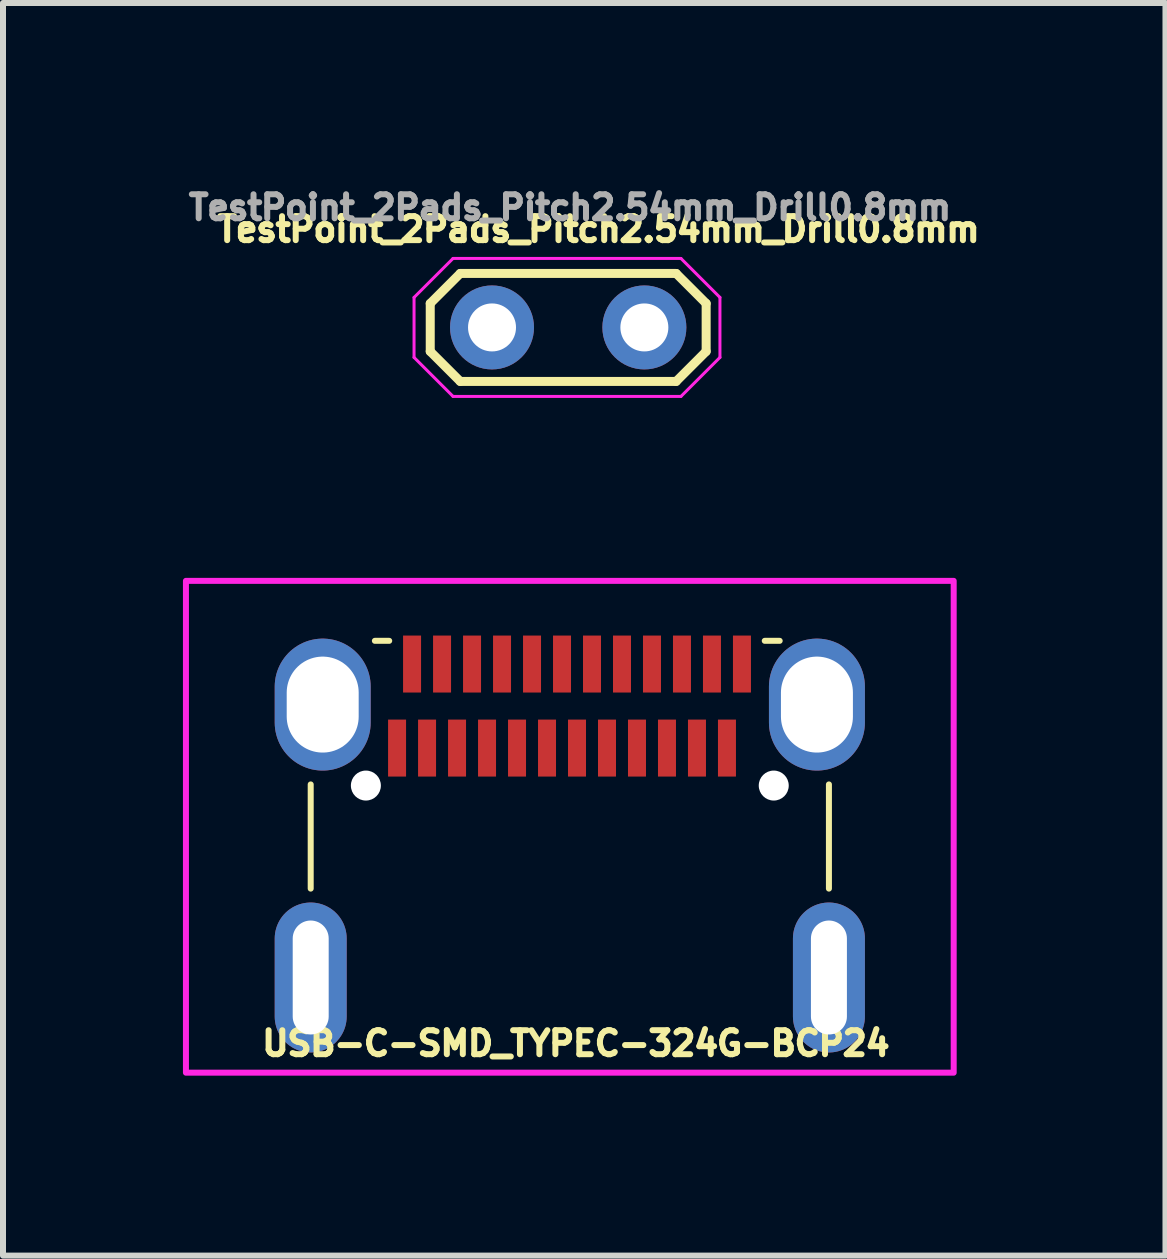
<source format=kicad_pcb>
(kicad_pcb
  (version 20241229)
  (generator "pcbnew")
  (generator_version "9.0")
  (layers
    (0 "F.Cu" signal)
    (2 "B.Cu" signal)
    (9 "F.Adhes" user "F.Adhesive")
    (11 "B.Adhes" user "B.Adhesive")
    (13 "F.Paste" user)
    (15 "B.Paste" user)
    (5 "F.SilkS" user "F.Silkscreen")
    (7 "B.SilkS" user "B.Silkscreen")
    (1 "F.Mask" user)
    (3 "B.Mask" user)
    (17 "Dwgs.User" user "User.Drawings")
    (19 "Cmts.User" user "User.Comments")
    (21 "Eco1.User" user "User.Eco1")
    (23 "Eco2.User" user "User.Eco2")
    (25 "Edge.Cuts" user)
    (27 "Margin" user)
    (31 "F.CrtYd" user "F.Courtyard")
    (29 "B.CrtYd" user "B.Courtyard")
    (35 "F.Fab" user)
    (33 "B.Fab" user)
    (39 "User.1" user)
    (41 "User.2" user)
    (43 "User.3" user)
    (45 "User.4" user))
  (footprint "TestPoint_2Pads_Pitch2.54mm_Drill0.8mm"
    (layer "F.Cu")
    (at 5.153 2.409)
    (property "Reference" "TestPoint_2Pads_Pitch2.54mm_Drill0.8mm" (at 1.775 -1.635 180) (layer "F.SilkS") (effects (font (size 0.4 0.4) (thickness 0.15))))
    (attr exclude_from_pos_files)
    (fp_line (start -1.03 -0.4) (end -0.53 -0.9) (stroke (width 0.15) (type solid)) (layer "F.SilkS"))
    (fp_line (start -1.03 0.4) (end -1.03 -0.4) (stroke (width 0.15) (type solid)) (layer "F.SilkS"))
    (fp_line (start -0.53 -0.9) (end 3.07 -0.9) (stroke (width 0.15) (type solid)) (layer "F.SilkS"))
    (fp_line (start -0.53 0.9) (end -1.03 0.4) (stroke (width 0.15) (type solid)) (layer "F.SilkS"))
    (fp_line (start 3.07 -0.9) (end 3.57 -0.4) (stroke (width 0.15) (type solid)) (layer "F.SilkS"))
    (fp_line (start 3.07 0.9) (end -0.53 0.9) (stroke (width 0.15) (type solid)) (layer "F.SilkS"))
    (fp_line (start 3.57 -0.4) (end 3.57 0.4) (stroke (width 0.15) (type solid)) (layer "F.SilkS"))
    (fp_line (start 3.57 0.4) (end 3.07 0.9) (stroke (width 0.15) (type solid)) (layer "F.SilkS"))
    (fp_line (start -1.3 -0.5) (end -1.3 0.5) (stroke (width 0.05) (type solid)) (layer "F.CrtYd"))
    (fp_line (start -1.3 0.5) (end -0.65 1.15) (stroke (width 0.05) (type solid)) (layer "F.CrtYd"))
    (fp_line (start -0.65 -1.15) (end -1.3 -0.5) (stroke (width 0.05) (type solid)) (layer "F.CrtYd"))
    (fp_line (start -0.65 1.15) (end 3.15 1.15) (stroke (width 0.05) (type solid)) (layer "F.CrtYd"))
    (fp_line (start 3.15 -1.15) (end -0.65 -1.15) (stroke (width 0.05) (type solid)) (layer "F.CrtYd"))
    (fp_line (start 3.15 1.15) (end 3.8 0.5) (stroke (width 0.05) (type solid)) (layer "F.CrtYd"))
    (fp_line (start 3.8 -0.5) (end 3.15 -1.15) (stroke (width 0.05) (type solid)) (layer "F.CrtYd"))
    (fp_line (start 3.8 0.5) (end 3.8 -0.5) (stroke (width 0.05) (type solid)) (layer "F.CrtYd"))
    (fp_text user "${REFERENCE}" (at 1.3 -2 180) (layer "F.Fab") (effects (font (size 0.4 0.4) (thickness 0.15))))
    (pad "1" thru_hole circle (at 0 0) (size 1.4 1.4) (drill 0.8) (layers "*.Cu" "*.Mask"))
    (pad "2" thru_hole circle (at 2.54 0) (size 1.4 1.4) (drill 0.8) (layers "*.Cu" "*.Mask")))
  (footprint "USB-C-SMD_TYPEC-324G-BCP24"
    (layer "F.Cu")
    (at 6.45 10.634)
    (property "Reference" "USB-C-SMD_TYPEC-324G-BCP24" (at 0.102 3.712 180) (layer "F.SilkS") (effects (font (size 0.4 0.4) (thickness 0.1))))
    (attr smd)
    (fp_line (start -4.32 1.131) (end -4.32 -0.606) (stroke (width 0.1) (type solid)) (layer "F.SilkS"))
    (fp_line (start -3.25 -3) (end -3.011 -3) (stroke (width 0.1) (type solid)) (layer "F.SilkS"))
    (fp_line (start 3.499 -3) (end 3.25 -3) (stroke (width 0.1) (type solid)) (layer "F.SilkS"))
    (fp_line (start 4.32 1.131) (end 4.32 -0.606) (stroke (width 0.1) (type solid)) (layer "F.SilkS"))
    (fp_poly (pts (xy -2.73 -0.737) (xy -2.73 -1.687) (xy -3.03 -1.687) (xy -3.03 -0.737)) (stroke (width 0.1) (type solid)) (fill yes) (layer "F.Paste"))
    (fp_poly (pts (xy -2.48 -2.138) (xy -2.48 -3.088) (xy -2.78 -3.088) (xy -2.78 -2.138)) (stroke (width 0.1) (type solid)) (fill yes) (layer "F.Paste"))
    (fp_poly (pts (xy -2.28 -3.088) (xy -2.28 -2.138) (xy -1.98 -2.138) (xy -1.98 -3.088)) (stroke (width 0.1) (type solid)) (fill yes) (layer "F.Paste"))
    (fp_poly (pts (xy -2.23 -0.737) (xy -2.23 -1.687) (xy -2.53 -1.687) (xy -2.53 -0.737)) (stroke (width 0.1) (type solid)) (fill yes) (layer "F.Paste"))
    (fp_poly (pts (xy -1.78 -3.088) (xy -1.78 -2.138) (xy -1.48 -2.138) (xy -1.48 -3.088)) (stroke (width 0.1) (type solid)) (fill yes) (layer "F.Paste"))
    (fp_poly (pts (xy -1.73 -0.737) (xy -1.73 -1.687) (xy -2.03 -1.687) (xy -2.03 -0.737)) (stroke (width 0.1) (type solid)) (fill yes) (layer "F.Paste"))
    (fp_poly (pts (xy -1.53 -1.687) (xy -1.53 -0.737) (xy -1.23 -0.737) (xy -1.23 -1.687)) (stroke (width 0.1) (type solid)) (fill yes) (layer "F.Paste"))
    (fp_poly (pts (xy -1.28 -3.088) (xy -1.28 -2.138) (xy -0.98 -2.138) (xy -0.98 -3.088)) (stroke (width 0.1) (type solid)) (fill yes) (layer "F.Paste"))
    (fp_poly (pts (xy -1.03 -1.687) (xy -1.03 -0.737) (xy -0.73 -0.737) (xy -0.73 -1.687)) (stroke (width 0.1) (type solid)) (fill yes) (layer "F.Paste"))
    (fp_poly (pts (xy -0.78 -3.088) (xy -0.78 -2.138) (xy -0.48 -2.138) (xy -0.48 -3.088)) (stroke (width 0.1) (type solid)) (fill yes) (layer "F.Paste"))
    (fp_poly (pts (xy -0.53 -1.687) (xy -0.53 -0.737) (xy -0.23 -0.737) (xy -0.23 -1.687)) (stroke (width 0.1) (type solid)) (fill yes) (layer "F.Paste"))
    (fp_poly (pts (xy -0.03 -1.687) (xy -0.03 -0.737) (xy 0.27 -0.737) (xy 0.27 -1.687)) (stroke (width 0.1) (type solid)) (fill yes) (layer "F.Paste"))
    (fp_poly (pts (xy 0.02 -2.138) (xy 0.02 -3.088) (xy -0.28 -3.088) (xy -0.28 -2.138)) (stroke (width 0.1) (type solid)) (fill yes) (layer "F.Paste"))
    (fp_poly (pts (xy 0.47 -1.687) (xy 0.47 -0.737) (xy 0.77 -0.737) (xy 0.77 -1.687)) (stroke (width 0.1) (type solid)) (fill yes) (layer "F.Paste"))
    (fp_poly (pts (xy 0.52 -2.138) (xy 0.52 -3.088) (xy 0.22 -3.088) (xy 0.22 -2.138)) (stroke (width 0.1) (type solid)) (fill yes) (layer "F.Paste"))
    (fp_poly (pts (xy 0.97 -1.687) (xy 0.97 -0.737) (xy 1.27 -0.737) (xy 1.27 -1.687)) (stroke (width 0.1) (type solid)) (fill yes) (layer "F.Paste"))
    (fp_poly (pts (xy 1.02 -2.138) (xy 1.02 -3.088) (xy 0.72 -3.088) (xy 0.72 -2.138)) (stroke (width 0.1) (type solid)) (fill yes) (layer "F.Paste"))
    (fp_poly (pts (xy 1.47 -1.687) (xy 1.47 -0.737) (xy 1.77 -0.737) (xy 1.77 -1.687)) (stroke (width 0.1) (type solid)) (fill yes) (layer "F.Paste"))
    (fp_poly (pts (xy 1.52 -2.138) (xy 1.52 -3.088) (xy 1.22 -3.088) (xy 1.22 -2.138)) (stroke (width 0.1) (type solid)) (fill yes) (layer "F.Paste"))
    (fp_poly (pts (xy 2.02 -2.138) (xy 2.02 -3.088) (xy 1.72 -3.088) (xy 1.72 -2.138)) (stroke (width 0.1) (type solid)) (fill yes) (layer "F.Paste"))
    (fp_poly (pts (xy 2.22 -3.088) (xy 2.22 -2.138) (xy 2.52 -2.138) (xy 2.52 -3.088)) (stroke (width 0.1) (type solid)) (fill yes) (layer "F.Paste"))
    (fp_poly (pts (xy 2.27 -0.737) (xy 2.27 -1.687) (xy 1.97 -1.687) (xy 1.97 -0.737)) (stroke (width 0.1) (type solid)) (fill yes) (layer "F.Paste"))
    (fp_poly (pts (xy 2.47 -1.687) (xy 2.47 -0.737) (xy 2.77 -0.737) (xy 2.77 -1.687)) (stroke (width 0.1) (type solid)) (fill yes) (layer "F.Paste"))
    (fp_poly (pts (xy 2.72 -3.088) (xy 2.72 -2.138) (xy 3.02 -2.138) (xy 3.02 -3.088)) (stroke (width 0.1) (type solid)) (fill yes) (layer "F.Paste"))
    (fp_poly (pts (xy -4.335 1.363) (xy -4.365 1.364) (xy -4.395 1.367) (xy -4.424 1.372) (xy -4.454 1.378) (xy -4.483 1.385) (xy -4.511 1.394) (xy -4.539 1.404) (xy -4.567 1.416) (xy -4.594 1.429) (xy -4.62 1.443) (xy -4.646 1.459) (xy -4.67 1.475) (xy -4.694 1.493) (xy -4.717 1.513) (xy -4.739 1.533) (xy -4.76 1.554) (xy -4.78 1.577) (xy -4.798 1.6) (xy -4.816 1.625) (xy -4.832 1.65) (xy -4.847 1.676) (xy -4.861 1.702) (xy -4.873 1.729) (xy -4.884 1.757) (xy -4.893 1.786) (xy -4.901 1.814) (xy -4.908 1.844) (xy -4.913 1.873) (xy -4.917 1.903) (xy -4.919 1.933) (xy -4.92 1.963) (xy -4.92 3.263) (xy -4.919 3.292) (xy -4.917 3.322) (xy -4.913 3.352) (xy -4.908 3.381) (xy -4.901 3.411) (xy -4.893 3.439) (xy -4.884 3.468) (xy -4.873 3.496) (xy -4.861 3.523) (xy -4.847 3.549) (xy -4.832 3.575) (xy -4.816 3.601) (xy -4.798 3.625) (xy -4.78 3.648) (xy -4.76 3.671) (xy -4.739 3.692) (xy -4.717 3.712) (xy -4.694 3.732) (xy -4.67 3.75) (xy -4.646 3.767) (xy -4.62 3.782) (xy -4.594 3.796) (xy -4.567 3.809) (xy -4.539 3.821) (xy -4.511 3.831) (xy -4.483 3.84) (xy -4.454 3.847) (xy -4.424 3.853) (xy -4.395 3.858) (xy -4.365 3.861) (xy -4.335 3.862) (xy -4.305 3.862) (xy -4.275 3.861) (xy -4.245 3.858) (xy -4.216 3.853) (xy -4.187 3.847) (xy -4.158 3.84) (xy -4.129 3.831) (xy -4.101 3.821) (xy -4.073 3.809) (xy -4.046 3.796) (xy -4.02 3.782) (xy -3.995 3.767) (xy -3.97 3.75) (xy -3.946 3.732) (xy -3.923 3.712) (xy -3.901 3.692) (xy -3.88 3.671) (xy -3.86 3.648) (xy -3.842 3.625) (xy -3.824 3.601) (xy -3.808 3.575) (xy -3.793 3.549) (xy -3.779 3.523) (xy -3.767 3.496) (xy -3.756 3.468) (xy -3.747 3.439) (xy -3.739 3.411) (xy -3.732 3.381) (xy -3.727 3.352) (xy -3.723 3.322) (xy -3.721 3.292) (xy -3.72 3.263) (xy -3.72 1.963) (xy -3.721 1.933) (xy -3.723 1.903) (xy -3.727 1.873) (xy -3.732 1.844) (xy -3.739 1.814) (xy -3.747 1.786) (xy -3.756 1.757) (xy -3.767 1.729) (xy -3.779 1.702) (xy -3.793 1.676) (xy -3.808 1.65) (xy -3.824 1.625) (xy -3.842 1.6) (xy -3.86 1.577) (xy -3.88 1.554) (xy -3.901 1.533) (xy -3.923 1.513) (xy -3.946 1.493) (xy -3.97 1.475) (xy -3.995 1.459) (xy -4.02 1.443) (xy -4.046 1.429) (xy -4.073 1.416) (xy -4.101 1.404) (xy -4.129 1.394) (xy -4.158 1.385) (xy -4.187 1.378) (xy -4.216 1.372) (xy -4.245 1.367) (xy -4.275 1.364) (xy -4.305 1.363)) (stroke (width 0.1) (type solid)) (fill yes) (layer "F.Paste"))
    (fp_poly (pts (xy -4.14 -3.037) (xy -4.18 -3.035) (xy -4.219 -3.031) (xy -4.259 -3.025) (xy -4.298 -3.017) (xy -4.337 -3.007) (xy -4.375 -2.996) (xy -4.412 -2.982) (xy -4.449 -2.967) (xy -4.485 -2.949) (xy -4.52 -2.93) (xy -4.554 -2.909) (xy -4.587 -2.887) (xy -4.619 -2.863) (xy -4.649 -2.837) (xy -4.679 -2.81) (xy -4.706 -2.782) (xy -4.733 -2.752) (xy -4.758 -2.72) (xy -4.781 -2.688) (xy -4.803 -2.655) (xy -4.823 -2.62) (xy -4.841 -2.585) (xy -4.857 -2.548) (xy -4.872 -2.511) (xy -4.884 -2.473) (xy -4.895 -2.435) (xy -4.904 -2.396) (xy -4.911 -2.357) (xy -4.916 -2.317) (xy -4.919 -2.277) (xy -4.92 -2.237) (xy -4.92 -1.637) (xy -4.919 -1.598) (xy -4.916 -1.558) (xy -4.911 -1.518) (xy -4.904 -1.479) (xy -4.895 -1.44) (xy -4.884 -1.402) (xy -4.872 -1.364) (xy -4.857 -1.327) (xy -4.841 -1.29) (xy -4.823 -1.255) (xy -4.803 -1.22) (xy -4.781 -1.187) (xy -4.758 -1.154) (xy -4.733 -1.123) (xy -4.706 -1.093) (xy -4.679 -1.065) (xy -4.649 -1.038) (xy -4.619 -1.012) (xy -4.587 -0.988) (xy -4.554 -0.965) (xy -4.52 -0.945) (xy -4.485 -0.925) (xy -4.449 -0.908) (xy -4.412 -0.893) (xy -4.375 -0.879) (xy -4.337 -0.867) (xy -4.298 -0.857) (xy -4.259 -0.85) (xy -4.219 -0.844) (xy -4.18 -0.84) (xy -4.14 -0.838) (xy -4.1 -0.838) (xy -4.06 -0.84) (xy -4.021 -0.844) (xy -3.981 -0.85) (xy -3.942 -0.857) (xy -3.903 -0.867) (xy -3.865 -0.879) (xy -3.828 -0.893) (xy -3.791 -0.908) (xy -3.755 -0.925) (xy -3.72 -0.945) (xy -3.686 -0.965) (xy -3.653 -0.988) (xy -3.621 -1.012) (xy -3.591 -1.038) (xy -3.561 -1.065) (xy -3.534 -1.093) (xy -3.507 -1.123) (xy -3.482 -1.154) (xy -3.459 -1.187) (xy -3.437 -1.22) (xy -3.417 -1.255) (xy -3.399 -1.29) (xy -3.383 -1.327) (xy -3.368 -1.364) (xy -3.356 -1.402) (xy -3.345 -1.44) (xy -3.336 -1.479) (xy -3.329 -1.518) (xy -3.324 -1.558) (xy -3.321 -1.598) (xy -3.32 -1.637) (xy -3.32 -2.237) (xy -3.321 -2.277) (xy -3.324 -2.317) (xy -3.329 -2.357) (xy -3.336 -2.396) (xy -3.345 -2.435) (xy -3.356 -2.473) (xy -3.368 -2.511) (xy -3.383 -2.548) (xy -3.399 -2.585) (xy -3.417 -2.62) (xy -3.437 -2.655) (xy -3.459 -2.688) (xy -3.482 -2.72) (xy -3.507 -2.752) (xy -3.534 -2.782) (xy -3.561 -2.81) (xy -3.591 -2.837) (xy -3.621 -2.863) (xy -3.653 -2.887) (xy -3.686 -2.909) (xy -3.72 -2.93) (xy -3.755 -2.949) (xy -3.791 -2.967) (xy -3.828 -2.982) (xy -3.865 -2.996) (xy -3.903 -3.007) (xy -3.942 -3.017) (xy -3.981 -3.025) (xy -4.021 -3.031) (xy -4.06 -3.035) (xy -4.1 -3.037)) (stroke (width 0.1) (type solid)) (fill yes) (layer "F.Paste"))
    (fp_poly (pts (xy 4.1 -3.037) (xy 4.06 -3.035) (xy 4.021 -3.031) (xy 3.981 -3.025) (xy 3.942 -3.017) (xy 3.903 -3.007) (xy 3.865 -2.996) (xy 3.828 -2.982) (xy 3.791 -2.967) (xy 3.755 -2.949) (xy 3.72 -2.93) (xy 3.686 -2.909) (xy 3.653 -2.887) (xy 3.621 -2.863) (xy 3.591 -2.837) (xy 3.561 -2.81) (xy 3.534 -2.782) (xy 3.507 -2.752) (xy 3.482 -2.72) (xy 3.459 -2.688) (xy 3.437 -2.655) (xy 3.417 -2.62) (xy 3.399 -2.585) (xy 3.383 -2.548) (xy 3.368 -2.511) (xy 3.356 -2.473) (xy 3.345 -2.435) (xy 3.336 -2.396) (xy 3.329 -2.357) (xy 3.324 -2.317) (xy 3.321 -2.277) (xy 3.32 -2.237) (xy 3.32 -1.637) (xy 3.321 -1.598) (xy 3.324 -1.558) (xy 3.329 -1.518) (xy 3.336 -1.479) (xy 3.345 -1.44) (xy 3.356 -1.402) (xy 3.368 -1.364) (xy 3.383 -1.327) (xy 3.399 -1.29) (xy 3.417 -1.255) (xy 3.437 -1.22) (xy 3.459 -1.187) (xy 3.482 -1.154) (xy 3.507 -1.123) (xy 3.534 -1.093) (xy 3.561 -1.065) (xy 3.591 -1.038) (xy 3.621 -1.012) (xy 3.653 -0.988) (xy 3.686 -0.965) (xy 3.72 -0.945) (xy 3.755 -0.925) (xy 3.791 -0.908) (xy 3.828 -0.893) (xy 3.865 -0.879) (xy 3.903 -0.867) (xy 3.942 -0.857) (xy 3.981 -0.85) (xy 4.021 -0.844) (xy 4.06 -0.84) (xy 4.1 -0.838) (xy 4.14 -0.838) (xy 4.18 -0.84) (xy 4.219 -0.844) (xy 4.259 -0.85) (xy 4.298 -0.857) (xy 4.337 -0.867) (xy 4.375 -0.879) (xy 4.412 -0.893) (xy 4.449 -0.908) (xy 4.485 -0.925) (xy 4.52 -0.945) (xy 4.554 -0.965) (xy 4.587 -0.988) (xy 4.619 -1.012) (xy 4.649 -1.038) (xy 4.679 -1.065) (xy 4.706 -1.093) (xy 4.733 -1.123) (xy 4.758 -1.154) (xy 4.781 -1.187) (xy 4.803 -1.22) (xy 4.823 -1.255) (xy 4.841 -1.29) (xy 4.857 -1.327) (xy 4.872 -1.364) (xy 4.884 -1.402) (xy 4.895 -1.44) (xy 4.904 -1.479) (xy 4.911 -1.518) (xy 4.916 -1.558) (xy 4.919 -1.598) (xy 4.92 -1.637) (xy 4.92 -2.237) (xy 4.919 -2.277) (xy 4.916 -2.317) (xy 4.911 -2.357) (xy 4.904 -2.396) (xy 4.895 -2.435) (xy 4.884 -2.473) (xy 4.872 -2.511) (xy 4.857 -2.548) (xy 4.841 -2.585) (xy 4.823 -2.62) (xy 4.803 -2.655) (xy 4.781 -2.688) (xy 4.758 -2.72) (xy 4.733 -2.752) (xy 4.706 -2.782) (xy 4.679 -2.81) (xy 4.649 -2.837) (xy 4.619 -2.863) (xy 4.587 -2.887) (xy 4.554 -2.909) (xy 4.52 -2.93) (xy 4.485 -2.949) (xy 4.449 -2.967) (xy 4.412 -2.982) (xy 4.375 -2.996) (xy 4.337 -3.007) (xy 4.298 -3.017) (xy 4.259 -3.025) (xy 4.219 -3.031) (xy 4.18 -3.035) (xy 4.14 -3.037)) (stroke (width 0.1) (type solid)) (fill yes) (layer "F.Paste"))
    (fp_poly (pts (xy 4.365 1.364) (xy 4.335 1.363) (xy 4.305 1.363) (xy 4.275 1.364) (xy 4.245 1.367) (xy 4.216 1.372) (xy 4.187 1.378) (xy 4.158 1.385) (xy 4.129 1.394) (xy 4.101 1.404) (xy 4.073 1.416) (xy 4.046 1.429) (xy 4.02 1.443) (xy 3.995 1.459) (xy 3.97 1.475) (xy 3.946 1.493) (xy 3.923 1.513) (xy 3.901 1.533) (xy 3.88 1.554) (xy 3.86 1.577) (xy 3.842 1.6) (xy 3.824 1.625) (xy 3.808 1.65) (xy 3.793 1.676) (xy 3.779 1.702) (xy 3.767 1.729) (xy 3.756 1.757) (xy 3.747 1.786) (xy 3.739 1.814) (xy 3.732 1.844) (xy 3.727 1.873) (xy 3.723 1.903) (xy 3.721 1.933) (xy 3.72 1.963) (xy 3.72 3.263) (xy 3.721 3.292) (xy 3.723 3.322) (xy 3.727 3.352) (xy 3.732 3.381) (xy 3.739 3.411) (xy 3.747 3.439) (xy 3.756 3.468) (xy 3.767 3.496) (xy 3.779 3.523) (xy 3.793 3.549) (xy 3.808 3.575) (xy 3.824 3.601) (xy 3.842 3.625) (xy 3.86 3.648) (xy 3.88 3.671) (xy 3.901 3.692) (xy 3.923 3.712) (xy 3.946 3.732) (xy 3.97 3.75) (xy 3.995 3.767) (xy 4.02 3.782) (xy 4.046 3.796) (xy 4.073 3.809) (xy 4.101 3.821) (xy 4.129 3.831) (xy 4.158 3.84) (xy 4.187 3.847) (xy 4.216 3.853) (xy 4.245 3.858) (xy 4.275 3.861) (xy 4.305 3.862) (xy 4.335 3.862) (xy 4.365 3.861) (xy 4.395 3.858) (xy 4.424 3.853) (xy 4.454 3.847) (xy 4.483 3.84) (xy 4.511 3.831) (xy 4.539 3.821) (xy 4.567 3.809) (xy 4.594 3.796) (xy 4.62 3.782) (xy 4.646 3.767) (xy 4.67 3.75) (xy 4.694 3.732) (xy 4.717 3.712) (xy 4.739 3.692) (xy 4.76 3.671) (xy 4.78 3.648) (xy 4.798 3.625) (xy 4.816 3.601) (xy 4.832 3.575) (xy 4.847 3.549) (xy 4.861 3.523) (xy 4.873 3.496) (xy 4.884 3.468) (xy 4.893 3.439) (xy 4.901 3.411) (xy 4.908 3.381) (xy 4.913 3.352) (xy 4.917 3.322) (xy 4.919 3.292) (xy 4.92 3.263) (xy 4.92 1.963) (xy 4.919 1.933) (xy 4.917 1.903) (xy 4.913 1.873) (xy 4.908 1.844) (xy 4.901 1.814) (xy 4.893 1.786) (xy 4.884 1.757) (xy 4.873 1.729) (xy 4.861 1.702) (xy 4.847 1.676) (xy 4.832 1.65) (xy 4.816 1.625) (xy 4.798 1.6) (xy 4.78 1.577) (xy 4.76 1.554) (xy 4.739 1.533) (xy 4.717 1.513) (xy 4.694 1.493) (xy 4.67 1.475) (xy 4.646 1.459) (xy 4.62 1.443) (xy 4.594 1.429) (xy 4.567 1.416) (xy 4.539 1.404) (xy 4.511 1.394) (xy 4.483 1.385) (xy 4.454 1.378) (xy 4.424 1.372) (xy 4.395 1.367)) (stroke (width 0.1) (type solid)) (fill yes) (layer "F.Paste"))
    (fp_circle (center -3.4 -0.587) (end -3.3 -0.587) (stroke (width 0.1) (type solid)) (fill no) (layer "Cmts.User"))
    (fp_circle (center 3.4 -0.587) (end 3.5 -0.587) (stroke (width 0.1) (type solid)) (fill no) (layer "Cmts.User"))
    (fp_rect (start 6.4 4.2) (end -6.4 -4) (stroke (width 0.1) (type solid)) (fill no) (layer "F.CrtYd"))
    (pad "" np_thru_hole circle (at -3.4 -0.587) (size 0.5 0.5) (drill 0.5) (layers "*.Cu" "*.Mask"))
    (pad "" np_thru_hole circle (at 3.4 -0.587) (size 0.5 0.5) (drill 0.5) (layers "*.Cu" "*.Mask"))
    (pad "A1" smd rect (at -2.63 -2.613) (size 0.3 0.95) (layers "F.Cu" "F.Mask" "F.Paste"))
    (pad "A2" smd rect (at -2.13 -2.613) (size 0.3 0.95) (layers "F.Cu" "F.Mask" "F.Paste"))
    (pad "A3" smd rect (at -1.63 -2.613) (size 0.3 0.95) (layers "F.Cu" "F.Mask" "F.Paste"))
    (pad "A4" smd rect (at -1.13 -2.613) (size 0.3 0.95) (layers "F.Cu" "F.Mask" "F.Paste"))
    (pad "A5" smd rect (at -0.63 -2.613) (size 0.3 0.95) (layers "F.Cu" "F.Mask" "F.Paste"))
    (pad "A6" smd rect (at -0.13 -2.613) (size 0.3 0.95) (layers "F.Cu" "F.Mask" "F.Paste"))
    (pad "A7" smd rect (at 0.37 -2.613) (size 0.3 0.95) (layers "F.Cu" "F.Mask" "F.Paste"))
    (pad "A8" smd rect (at 0.87 -2.613) (size 0.3 0.95) (layers "F.Cu" "F.Mask" "F.Paste"))
    (pad "A9" smd rect (at 1.37 -2.613) (size 0.3 0.95) (layers "F.Cu" "F.Mask" "F.Paste"))
    (pad "A10" smd rect (at 1.87 -2.613) (size 0.3 0.95) (layers "F.Cu" "F.Mask" "F.Paste"))
    (pad "A11" smd rect (at 2.37 -2.613) (size 0.3 0.95) (layers "F.Cu" "F.Mask" "F.Paste"))
    (pad "A12" smd rect (at 2.87 -2.613) (size 0.3 0.95) (layers "F.Cu" "F.Mask" "F.Paste"))
    (pad "B1" smd rect (at 2.62 -1.212 180) (size 0.3 0.95) (layers "F.Cu" "F.Mask" "F.Paste"))
    (pad "B2" smd rect (at 2.12 -1.212 180) (size 0.3 0.95) (layers "F.Cu" "F.Mask" "F.Paste"))
    (pad "B3" smd rect (at 1.62 -1.212 180) (size 0.3 0.95) (layers "F.Cu" "F.Mask" "F.Paste"))
    (pad "B4" smd rect (at 1.12 -1.212 180) (size 0.3 0.95) (layers "F.Cu" "F.Mask" "F.Paste"))
    (pad "B5" smd rect (at 0.62 -1.212 180) (size 0.3 0.95) (layers "F.Cu" "F.Mask" "F.Paste"))
    (pad "B6" smd rect (at 0.12 -1.212 180) (size 0.3 0.95) (layers "F.Cu" "F.Mask" "F.Paste"))
    (pad "B7" smd rect (at -0.38 -1.212 180) (size 0.3 0.95) (layers "F.Cu" "F.Mask" "F.Paste"))
    (pad "B8" smd rect (at -0.88 -1.212 180) (size 0.3 0.95) (layers "F.Cu" "F.Mask" "F.Paste"))
    (pad "B9" smd rect (at -1.38 -1.212 180) (size 0.3 0.95) (layers "F.Cu" "F.Mask" "F.Paste"))
    (pad "B10" smd rect (at -1.88 -1.212 180) (size 0.3 0.95) (layers "F.Cu" "F.Mask" "F.Paste"))
    (pad "B11" smd rect (at -2.38 -1.212 180) (size 0.3 0.95) (layers "F.Cu" "F.Mask" "F.Paste"))
    (pad "B12" smd rect (at -2.88 -1.212 180) (size 0.3 0.95) (layers "F.Cu" "F.Mask" "F.Paste"))
    (pad "S1" thru_hole oval (at -4.32 2.613) (size 1.2 2.5) (drill oval 0.6 1.9) (layers "*.Cu" "*.Paste" "*.Mask"))
    (pad "S1" thru_hole oval (at -4.12 -1.937) (size 1.6 2.2) (drill oval 1.2 1.6) (layers "*.Cu" "*.Paste" "*.Mask"))
    (pad "S1" thru_hole oval (at 4.12 -1.937) (size 1.6 2.2) (drill oval 1.2 1.6) (layers "*.Cu" "*.Paste" "*.Mask"))
    (pad "S1" thru_hole oval (at 4.32 2.613) (size 1.2 2.5) (drill oval 0.6 1.9) (layers "*.Cu" "*.Paste" "*.Mask")))
  (gr_rect
    (start -3 -3)
    (end 16.381 17.884)
    (stroke (width 0.1) (type default))
    (fill no)
    (layer "Edge.Cuts")))
</source>
